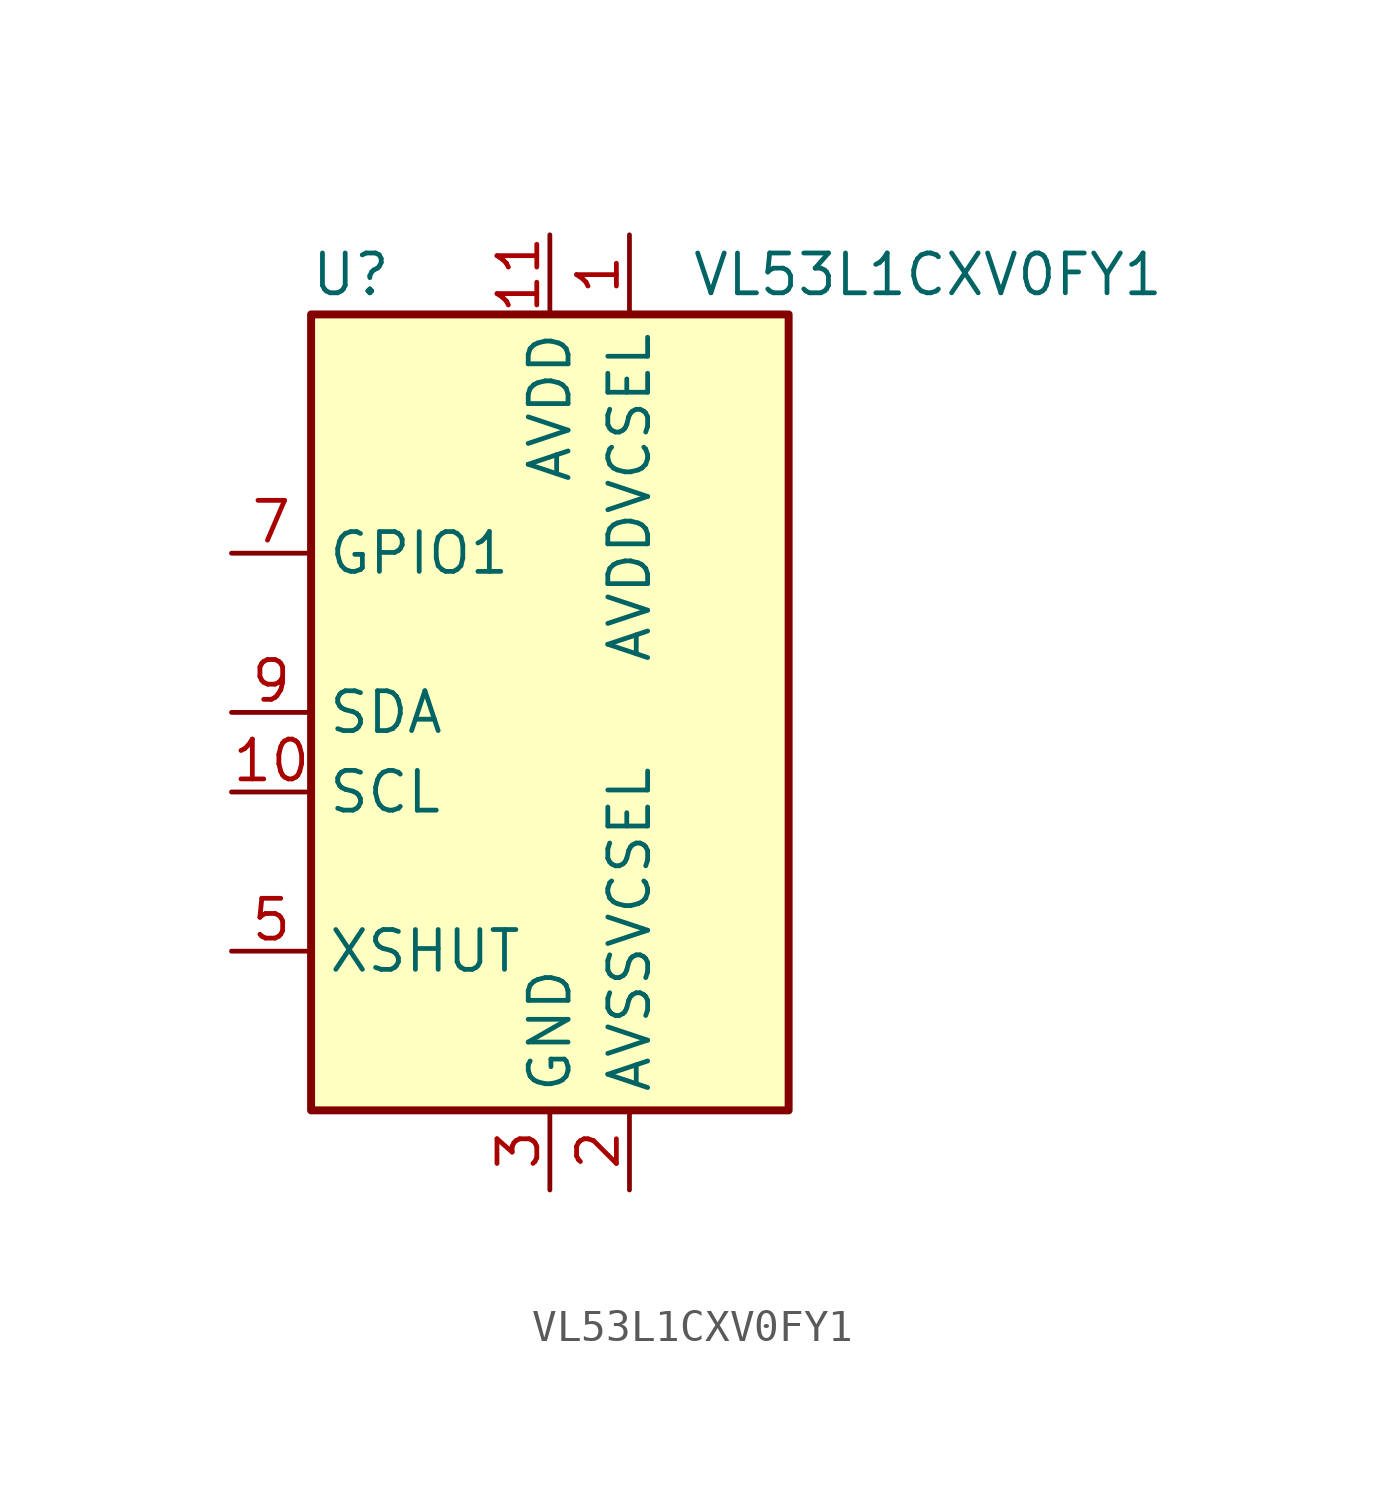
<source format=kicad_sym>
(kicad_symbol_lib
  (version 20211014)
  (generator kicad_symbol_editor)
  (symbol "VL53L1CXV0FY1"
    (property "Reference" "U"
      (at -6.35 13.97 0)
      (effects (font (size 1.27 1.27))))
    (property "Value" "VL53L1CXV0FY1"
      (at 12.065 13.97 0)
      (effects (font (size 1.27 1.27))))
    (symbol "VL53L1CXV0FY1_0_1"
      (rectangle (start -7.62 12.7) (end 7.62 -12.7) (stroke (width 0.254) (type default) (color 0 0 0 0)) (fill (type background))))
    (symbol "VL53L1CXV0FY1_1_1"
      (pin power_in line (at 2.54 15.24 270) (length 2.54) (name "AVDDVCSEL" (effects (font (size 1.27 1.27)))) (number "1" (effects (font (size 1.27 1.27)))))
      (pin input line (at -10.16 -2.54 0) (length 2.54) (name "SCL" (effects (font (size 1.27 1.27)))) (number "10" (effects (font (size 1.27 1.27)))))
      (pin power_in line (at 0 15.24 270) (length 2.54) (name "AVDD" (effects (font (size 1.27 1.27)))) (number "11" (effects (font (size 1.27 1.27)))))
      (pin passive line (at 0 -15.24 90) (length 2.54) hide (name "GND" (effects (font (size 1.27 1.27)))) (number "12" (effects (font (size 1.27 1.27)))))
      (pin power_in line (at 2.54 -15.24 90) (length 2.54) (name "AVSSVCSEL" (effects (font (size 1.27 1.27)))) (number "2" (effects (font (size 1.27 1.27)))))
      (pin power_in line (at 0 -15.24 90) (length 2.54) (name "GND" (effects (font (size 1.27 1.27)))) (number "3" (effects (font (size 1.27 1.27)))))
      (pin passive line (at 0 -15.24 90) (length 2.54) hide (name "GND" (effects (font (size 1.27 1.27)))) (number "4" (effects (font (size 1.27 1.27)))))
      (pin input line (at -10.16 -7.62 0) (length 2.54) (name "XSHUT" (effects (font (size 1.27 1.27)))) (number "5" (effects (font (size 1.27 1.27)))))
      (pin passive line (at 0 -15.24 90) (length 2.54) hide (name "GND" (effects (font (size 1.27 1.27)))) (number "6" (effects (font (size 1.27 1.27)))))
      (pin open_collector line (at -10.16 5.08 0) (length 2.54) (name "GPIO1" (effects (font (size 1.27 1.27)))) (number "7" (effects (font (size 1.27 1.27)))))
      (pin no_connect line (at -7.62 7.62 0) (length 2.54) hide (name "DNC" (effects (font (size 1.27 1.27)))) (number "8" (effects (font (size 1.27 1.27)))))
      (pin bidirectional line (at -10.16 0 0) (length 2.54) (name "SDA" (effects (font (size 1.27 1.27)))) (number "9" (effects (font (size 1.27 1.27))))))))
</source>
